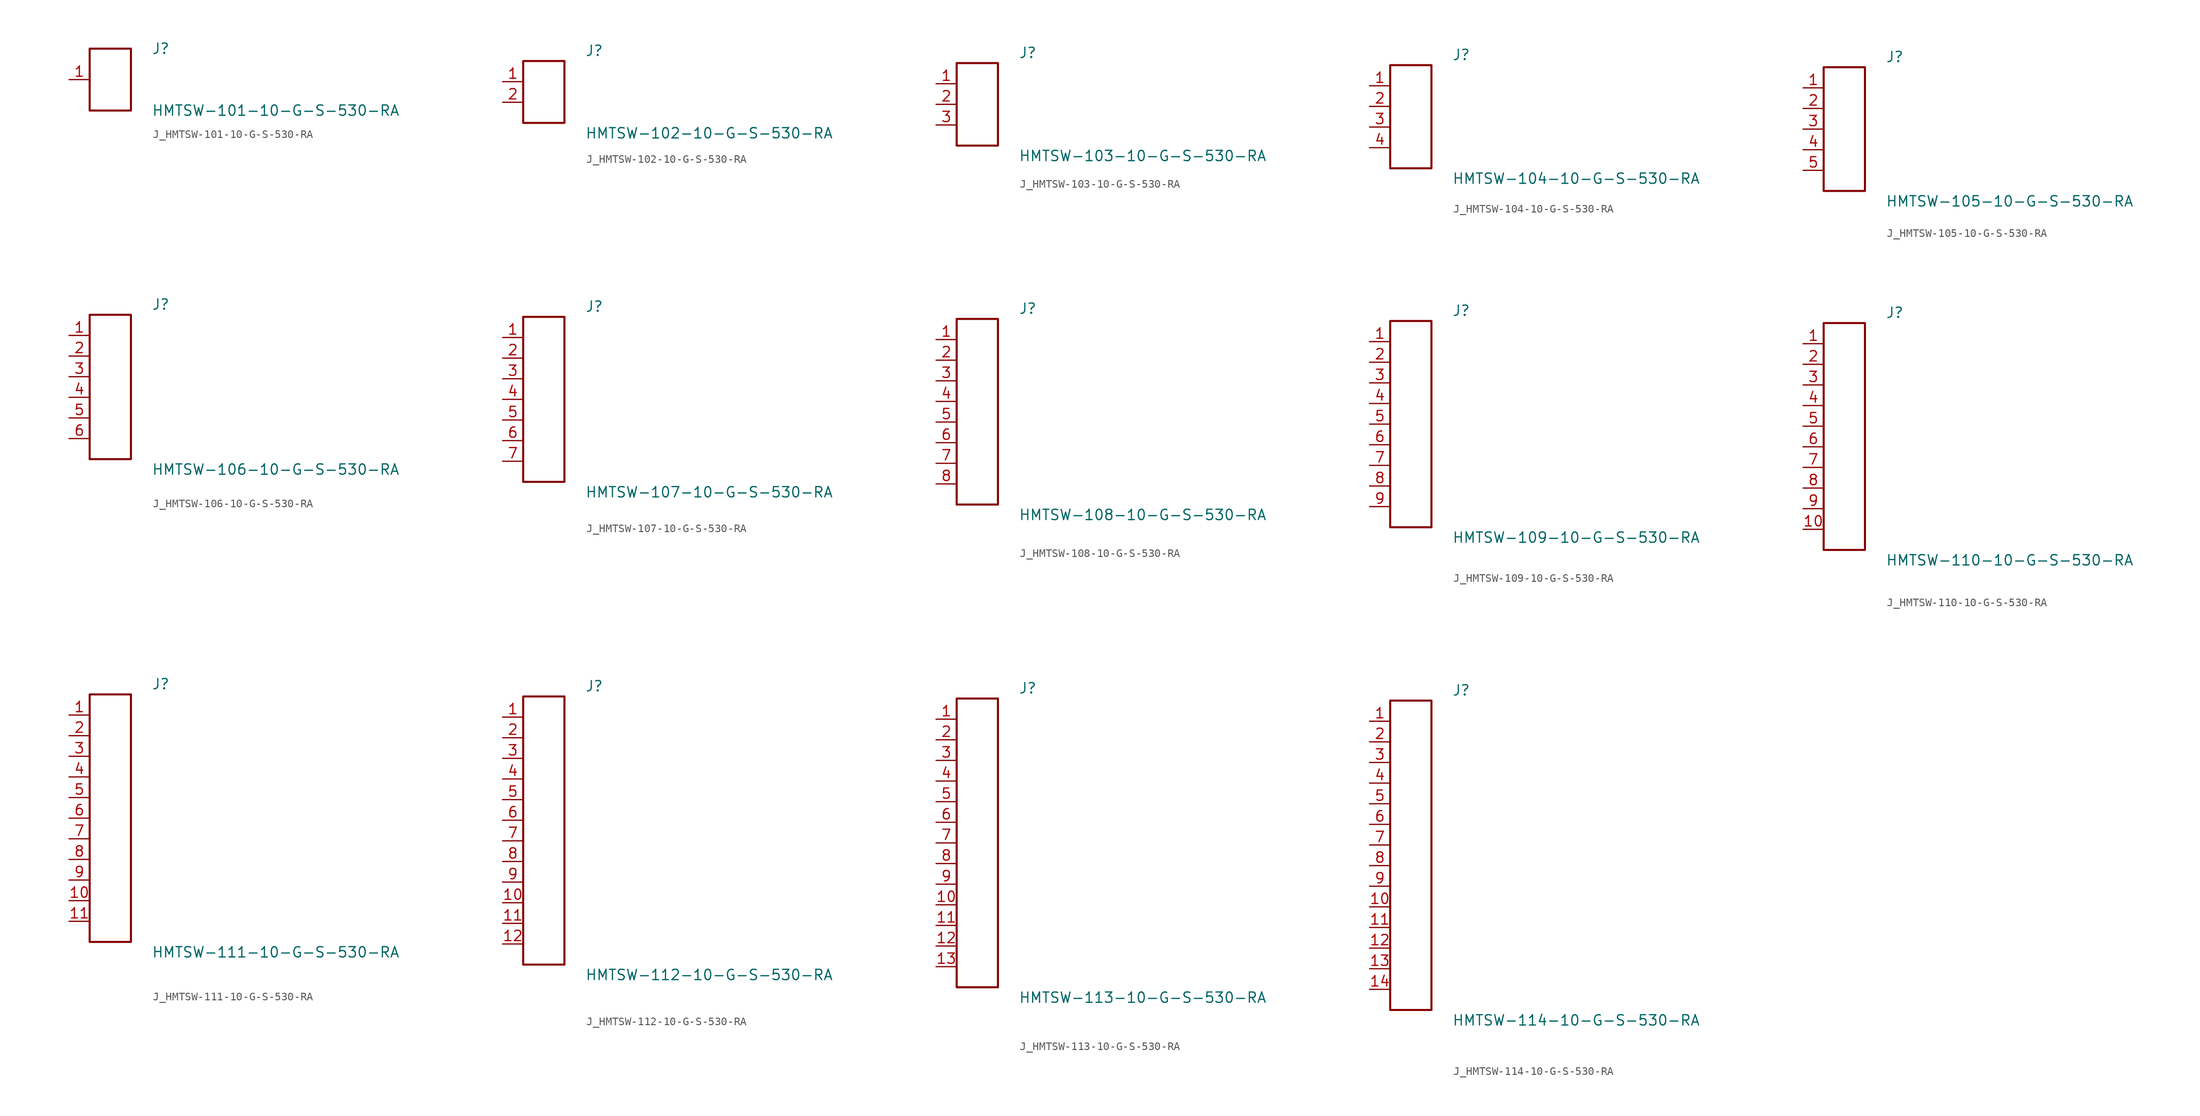
<source format=kicad_sym>
(kicad_symbol_lib
  (version 20231120)
  (generator kicad_symbol_editor)
  (generator_version 8.0)
  (symbol "J_HMTSW-101-10-G-S-530-RA"
    (pin_names
      (offset 0.254))
    (property "Reference" "J"
      (at 5.08 3.81 0)
      (effects (font (size 1.27 1.27)) (justify left)))
    (property "Value" "HMTSW-101-10-G-S-530-RA"
      (at 5.08 -3.81 0)
      (effects (font (size 1.27 1.27)) (justify left)))
    (symbol "J_HMTSW-101-10-G-S-530-RA_0_0"
      (pin unspecified line (at -5.08 0.0 0) (length 2.54) (name "" (effects (font (size 1.27 1.27)))) (number "1" (effects (font (size 1.27 1.27))))))
    (symbol "J_HMTSW-101-10-G-S-530-RA_1_0"
      (rectangle (start -2.54 3.81) (end 2.54 -3.81) (stroke (width 0.254) (type solid)) (fill (type none)))))
  (symbol "J_HMTSW-102-10-G-S-530-RA"
    (pin_names
      (offset 0.254))
    (property "Reference" "J"
      (at 5.08 5.08 0)
      (effects (font (size 1.27 1.27)) (justify left)))
    (property "Value" "HMTSW-102-10-G-S-530-RA"
      (at 5.08 -5.08 0)
      (effects (font (size 1.27 1.27)) (justify left)))
    (symbol "J_HMTSW-102-10-G-S-530-RA_0_0"
      (pin unspecified line (at -5.08 1.27 0) (length 2.54) (name "" (effects (font (size 1.27 1.27)))) (number "1" (effects (font (size 1.27 1.27)))))
      (pin unspecified line (at -5.08 -1.27 0) (length 2.54) (name "" (effects (font (size 1.27 1.27)))) (number "2" (effects (font (size 1.27 1.27))))))
    (symbol "J_HMTSW-102-10-G-S-530-RA_1_0"
      (rectangle (start -2.54 3.81) (end 2.54 -3.81) (stroke (width 0.254) (type solid)) (fill (type none)))))
  (symbol "J_HMTSW-103-10-G-S-530-RA"
    (pin_names
      (offset 0.254))
    (property "Reference" "J"
      (at 5.08 6.35 0)
      (effects (font (size 1.27 1.27)) (justify left)))
    (property "Value" "HMTSW-103-10-G-S-530-RA"
      (at 5.08 -6.35 0)
      (effects (font (size 1.27 1.27)) (justify left)))
    (symbol "J_HMTSW-103-10-G-S-530-RA_0_0"
      (pin unspecified line (at -5.08 2.54 0) (length 2.54) (name "" (effects (font (size 1.27 1.27)))) (number "1" (effects (font (size 1.27 1.27)))))
      (pin unspecified line (at -5.08 0.0 0) (length 2.54) (name "" (effects (font (size 1.27 1.27)))) (number "2" (effects (font (size 1.27 1.27)))))
      (pin unspecified line (at -5.08 -2.54 0) (length 2.54) (name "" (effects (font (size 1.27 1.27)))) (number "3" (effects (font (size 1.27 1.27))))))
    (symbol "J_HMTSW-103-10-G-S-530-RA_1_0"
      (rectangle (start -2.54 5.08) (end 2.54 -5.08) (stroke (width 0.254) (type solid)) (fill (type none)))))
  (symbol "J_HMTSW-104-10-G-S-530-RA"
    (pin_names
      (offset 0.254))
    (property "Reference" "J"
      (at 5.08 7.62 0)
      (effects (font (size 1.27 1.27)) (justify left)))
    (property "Value" "HMTSW-104-10-G-S-530-RA"
      (at 5.08 -7.62 0)
      (effects (font (size 1.27 1.27)) (justify left)))
    (symbol "J_HMTSW-104-10-G-S-530-RA_0_0"
      (pin unspecified line (at -5.08 3.81 0) (length 2.54) (name "" (effects (font (size 1.27 1.27)))) (number "1" (effects (font (size 1.27 1.27)))))
      (pin unspecified line (at -5.08 1.27 0) (length 2.54) (name "" (effects (font (size 1.27 1.27)))) (number "2" (effects (font (size 1.27 1.27)))))
      (pin unspecified line (at -5.08 -1.27 0) (length 2.54) (name "" (effects (font (size 1.27 1.27)))) (number "3" (effects (font (size 1.27 1.27)))))
      (pin unspecified line (at -5.08 -3.81 0) (length 2.54) (name "" (effects (font (size 1.27 1.27)))) (number "4" (effects (font (size 1.27 1.27))))))
    (symbol "J_HMTSW-104-10-G-S-530-RA_1_0"
      (rectangle (start -2.54 6.35) (end 2.54 -6.35) (stroke (width 0.254) (type solid)) (fill (type none)))))
  (symbol "J_HMTSW-105-10-G-S-530-RA"
    (pin_names
      (offset 0.254))
    (property "Reference" "J"
      (at 5.08 8.89 0)
      (effects (font (size 1.27 1.27)) (justify left)))
    (property "Value" "HMTSW-105-10-G-S-530-RA"
      (at 5.08 -8.89 0)
      (effects (font (size 1.27 1.27)) (justify left)))
    (symbol "J_HMTSW-105-10-G-S-530-RA_0_0"
      (pin unspecified line (at -5.08 5.08 0) (length 2.54) (name "" (effects (font (size 1.27 1.27)))) (number "1" (effects (font (size 1.27 1.27)))))
      (pin unspecified line (at -5.08 2.54 0) (length 2.54) (name "" (effects (font (size 1.27 1.27)))) (number "2" (effects (font (size 1.27 1.27)))))
      (pin unspecified line (at -5.08 0.0 0) (length 2.54) (name "" (effects (font (size 1.27 1.27)))) (number "3" (effects (font (size 1.27 1.27)))))
      (pin unspecified line (at -5.08 -2.54 0) (length 2.54) (name "" (effects (font (size 1.27 1.27)))) (number "4" (effects (font (size 1.27 1.27)))))
      (pin unspecified line (at -5.08 -5.08 0) (length 2.54) (name "" (effects (font (size 1.27 1.27)))) (number "5" (effects (font (size 1.27 1.27))))))
    (symbol "J_HMTSW-105-10-G-S-530-RA_1_0"
      (rectangle (start -2.54 7.62) (end 2.54 -7.62) (stroke (width 0.254) (type solid)) (fill (type none)))))
  (symbol "J_HMTSW-106-10-G-S-530-RA"
    (pin_names
      (offset 0.254))
    (property "Reference" "J"
      (at 5.08 10.16 0)
      (effects (font (size 1.27 1.27)) (justify left)))
    (property "Value" "HMTSW-106-10-G-S-530-RA"
      (at 5.08 -10.16 0)
      (effects (font (size 1.27 1.27)) (justify left)))
    (symbol "J_HMTSW-106-10-G-S-530-RA_0_0"
      (pin unspecified line (at -5.08 6.35 0) (length 2.54) (name "" (effects (font (size 1.27 1.27)))) (number "1" (effects (font (size 1.27 1.27)))))
      (pin unspecified line (at -5.08 3.81 0) (length 2.54) (name "" (effects (font (size 1.27 1.27)))) (number "2" (effects (font (size 1.27 1.27)))))
      (pin unspecified line (at -5.08 1.27 0) (length 2.54) (name "" (effects (font (size 1.27 1.27)))) (number "3" (effects (font (size 1.27 1.27)))))
      (pin unspecified line (at -5.08 -1.27 0) (length 2.54) (name "" (effects (font (size 1.27 1.27)))) (number "4" (effects (font (size 1.27 1.27)))))
      (pin unspecified line (at -5.08 -3.81 0) (length 2.54) (name "" (effects (font (size 1.27 1.27)))) (number "5" (effects (font (size 1.27 1.27)))))
      (pin unspecified line (at -5.08 -6.35 0) (length 2.54) (name "" (effects (font (size 1.27 1.27)))) (number "6" (effects (font (size 1.27 1.27))))))
    (symbol "J_HMTSW-106-10-G-S-530-RA_1_0"
      (rectangle (start -2.54 8.89) (end 2.54 -8.89) (stroke (width 0.254) (type solid)) (fill (type none)))))
  (symbol "J_HMTSW-107-10-G-S-530-RA"
    (pin_names
      (offset 0.254))
    (property "Reference" "J"
      (at 5.08 11.43 0)
      (effects (font (size 1.27 1.27)) (justify left)))
    (property "Value" "HMTSW-107-10-G-S-530-RA"
      (at 5.08 -11.43 0)
      (effects (font (size 1.27 1.27)) (justify left)))
    (symbol "J_HMTSW-107-10-G-S-530-RA_0_0"
      (pin unspecified line (at -5.08 7.62 0) (length 2.54) (name "" (effects (font (size 1.27 1.27)))) (number "1" (effects (font (size 1.27 1.27)))))
      (pin unspecified line (at -5.08 5.08 0) (length 2.54) (name "" (effects (font (size 1.27 1.27)))) (number "2" (effects (font (size 1.27 1.27)))))
      (pin unspecified line (at -5.08 2.54 0) (length 2.54) (name "" (effects (font (size 1.27 1.27)))) (number "3" (effects (font (size 1.27 1.27)))))
      (pin unspecified line (at -5.08 0.0 0) (length 2.54) (name "" (effects (font (size 1.27 1.27)))) (number "4" (effects (font (size 1.27 1.27)))))
      (pin unspecified line (at -5.08 -2.54 0) (length 2.54) (name "" (effects (font (size 1.27 1.27)))) (number "5" (effects (font (size 1.27 1.27)))))
      (pin unspecified line (at -5.08 -5.08 0) (length 2.54) (name "" (effects (font (size 1.27 1.27)))) (number "6" (effects (font (size 1.27 1.27)))))
      (pin unspecified line (at -5.08 -7.62 0) (length 2.54) (name "" (effects (font (size 1.27 1.27)))) (number "7" (effects (font (size 1.27 1.27))))))
    (symbol "J_HMTSW-107-10-G-S-530-RA_1_0"
      (rectangle (start -2.54 10.16) (end 2.54 -10.16) (stroke (width 0.254) (type solid)) (fill (type none)))))
  (symbol "J_HMTSW-108-10-G-S-530-RA"
    (pin_names
      (offset 0.254))
    (property "Reference" "J"
      (at 5.08 12.7 0)
      (effects (font (size 1.27 1.27)) (justify left)))
    (property "Value" "HMTSW-108-10-G-S-530-RA"
      (at 5.08 -12.7 0)
      (effects (font (size 1.27 1.27)) (justify left)))
    (symbol "J_HMTSW-108-10-G-S-530-RA_0_0"
      (pin unspecified line (at -5.08 8.89 0) (length 2.54) (name "" (effects (font (size 1.27 1.27)))) (number "1" (effects (font (size 1.27 1.27)))))
      (pin unspecified line (at -5.08 6.35 0) (length 2.54) (name "" (effects (font (size 1.27 1.27)))) (number "2" (effects (font (size 1.27 1.27)))))
      (pin unspecified line (at -5.08 3.81 0) (length 2.54) (name "" (effects (font (size 1.27 1.27)))) (number "3" (effects (font (size 1.27 1.27)))))
      (pin unspecified line (at -5.08 1.27 0) (length 2.54) (name "" (effects (font (size 1.27 1.27)))) (number "4" (effects (font (size 1.27 1.27)))))
      (pin unspecified line (at -5.08 -1.27 0) (length 2.54) (name "" (effects (font (size 1.27 1.27)))) (number "5" (effects (font (size 1.27 1.27)))))
      (pin unspecified line (at -5.08 -3.81 0) (length 2.54) (name "" (effects (font (size 1.27 1.27)))) (number "6" (effects (font (size 1.27 1.27)))))
      (pin unspecified line (at -5.08 -6.35 0) (length 2.54) (name "" (effects (font (size 1.27 1.27)))) (number "7" (effects (font (size 1.27 1.27)))))
      (pin unspecified line (at -5.08 -8.89 0) (length 2.54) (name "" (effects (font (size 1.27 1.27)))) (number "8" (effects (font (size 1.27 1.27))))))
    (symbol "J_HMTSW-108-10-G-S-530-RA_1_0"
      (rectangle (start -2.54 11.43) (end 2.54 -11.43) (stroke (width 0.254) (type solid)) (fill (type none)))))
  (symbol "J_HMTSW-109-10-G-S-530-RA"
    (pin_names
      (offset 0.254))
    (property "Reference" "J"
      (at 5.08 13.97 0)
      (effects (font (size 1.27 1.27)) (justify left)))
    (property "Value" "HMTSW-109-10-G-S-530-RA"
      (at 5.08 -13.97 0)
      (effects (font (size 1.27 1.27)) (justify left)))
    (symbol "J_HMTSW-109-10-G-S-530-RA_0_0"
      (pin unspecified line (at -5.08 10.16 0) (length 2.54) (name "" (effects (font (size 1.27 1.27)))) (number "1" (effects (font (size 1.27 1.27)))))
      (pin unspecified line (at -5.08 7.62 0) (length 2.54) (name "" (effects (font (size 1.27 1.27)))) (number "2" (effects (font (size 1.27 1.27)))))
      (pin unspecified line (at -5.08 5.08 0) (length 2.54) (name "" (effects (font (size 1.27 1.27)))) (number "3" (effects (font (size 1.27 1.27)))))
      (pin unspecified line (at -5.08 2.54 0) (length 2.54) (name "" (effects (font (size 1.27 1.27)))) (number "4" (effects (font (size 1.27 1.27)))))
      (pin unspecified line (at -5.08 0.0 0) (length 2.54) (name "" (effects (font (size 1.27 1.27)))) (number "5" (effects (font (size 1.27 1.27)))))
      (pin unspecified line (at -5.08 -2.54 0) (length 2.54) (name "" (effects (font (size 1.27 1.27)))) (number "6" (effects (font (size 1.27 1.27)))))
      (pin unspecified line (at -5.08 -5.08 0) (length 2.54) (name "" (effects (font (size 1.27 1.27)))) (number "7" (effects (font (size 1.27 1.27)))))
      (pin unspecified line (at -5.08 -7.62 0) (length 2.54) (name "" (effects (font (size 1.27 1.27)))) (number "8" (effects (font (size 1.27 1.27)))))
      (pin unspecified line (at -5.08 -10.16 0) (length 2.54) (name "" (effects (font (size 1.27 1.27)))) (number "9" (effects (font (size 1.27 1.27))))))
    (symbol "J_HMTSW-109-10-G-S-530-RA_1_0"
      (rectangle (start -2.54 12.7) (end 2.54 -12.7) (stroke (width 0.254) (type solid)) (fill (type none)))))
  (symbol "J_HMTSW-110-10-G-S-530-RA"
    (pin_names
      (offset 0.254))
    (property "Reference" "J"
      (at 5.08 15.24 0)
      (effects (font (size 1.27 1.27)) (justify left)))
    (property "Value" "HMTSW-110-10-G-S-530-RA"
      (at 5.08 -15.24 0)
      (effects (font (size 1.27 1.27)) (justify left)))
    (symbol "J_HMTSW-110-10-G-S-530-RA_0_0"
      (pin unspecified line (at -5.08 11.43 0) (length 2.54) (name "" (effects (font (size 1.27 1.27)))) (number "1" (effects (font (size 1.27 1.27)))))
      (pin unspecified line (at -5.08 8.89 0) (length 2.54) (name "" (effects (font (size 1.27 1.27)))) (number "2" (effects (font (size 1.27 1.27)))))
      (pin unspecified line (at -5.08 6.35 0) (length 2.54) (name "" (effects (font (size 1.27 1.27)))) (number "3" (effects (font (size 1.27 1.27)))))
      (pin unspecified line (at -5.08 3.81 0) (length 2.54) (name "" (effects (font (size 1.27 1.27)))) (number "4" (effects (font (size 1.27 1.27)))))
      (pin unspecified line (at -5.08 1.27 0) (length 2.54) (name "" (effects (font (size 1.27 1.27)))) (number "5" (effects (font (size 1.27 1.27)))))
      (pin unspecified line (at -5.08 -1.27 0) (length 2.54) (name "" (effects (font (size 1.27 1.27)))) (number "6" (effects (font (size 1.27 1.27)))))
      (pin unspecified line (at -5.08 -3.81 0) (length 2.54) (name "" (effects (font (size 1.27 1.27)))) (number "7" (effects (font (size 1.27 1.27)))))
      (pin unspecified line (at -5.08 -6.35 0) (length 2.54) (name "" (effects (font (size 1.27 1.27)))) (number "8" (effects (font (size 1.27 1.27)))))
      (pin unspecified line (at -5.08 -8.89 0) (length 2.54) (name "" (effects (font (size 1.27 1.27)))) (number "9" (effects (font (size 1.27 1.27)))))
      (pin unspecified line (at -5.08 -11.43 0) (length 2.54) (name "" (effects (font (size 1.27 1.27)))) (number "10" (effects (font (size 1.27 1.27))))))
    (symbol "J_HMTSW-110-10-G-S-530-RA_1_0"
      (rectangle (start -2.54 13.97) (end 2.54 -13.97) (stroke (width 0.254) (type solid)) (fill (type none)))))
  (symbol "J_HMTSW-111-10-G-S-530-RA"
    (pin_names
      (offset 0.254))
    (property "Reference" "J"
      (at 5.08 16.51 0)
      (effects (font (size 1.27 1.27)) (justify left)))
    (property "Value" "HMTSW-111-10-G-S-530-RA"
      (at 5.08 -16.51 0)
      (effects (font (size 1.27 1.27)) (justify left)))
    (symbol "J_HMTSW-111-10-G-S-530-RA_0_0"
      (pin unspecified line (at -5.08 12.7 0) (length 2.54) (name "" (effects (font (size 1.27 1.27)))) (number "1" (effects (font (size 1.27 1.27)))))
      (pin unspecified line (at -5.08 10.16 0) (length 2.54) (name "" (effects (font (size 1.27 1.27)))) (number "2" (effects (font (size 1.27 1.27)))))
      (pin unspecified line (at -5.08 7.62 0) (length 2.54) (name "" (effects (font (size 1.27 1.27)))) (number "3" (effects (font (size 1.27 1.27)))))
      (pin unspecified line (at -5.08 5.08 0) (length 2.54) (name "" (effects (font (size 1.27 1.27)))) (number "4" (effects (font (size 1.27 1.27)))))
      (pin unspecified line (at -5.08 2.54 0) (length 2.54) (name "" (effects (font (size 1.27 1.27)))) (number "5" (effects (font (size 1.27 1.27)))))
      (pin unspecified line (at -5.08 0.0 0) (length 2.54) (name "" (effects (font (size 1.27 1.27)))) (number "6" (effects (font (size 1.27 1.27)))))
      (pin unspecified line (at -5.08 -2.54 0) (length 2.54) (name "" (effects (font (size 1.27 1.27)))) (number "7" (effects (font (size 1.27 1.27)))))
      (pin unspecified line (at -5.08 -5.08 0) (length 2.54) (name "" (effects (font (size 1.27 1.27)))) (number "8" (effects (font (size 1.27 1.27)))))
      (pin unspecified line (at -5.08 -7.62 0) (length 2.54) (name "" (effects (font (size 1.27 1.27)))) (number "9" (effects (font (size 1.27 1.27)))))
      (pin unspecified line (at -5.08 -10.16 0) (length 2.54) (name "" (effects (font (size 1.27 1.27)))) (number "10" (effects (font (size 1.27 1.27)))))
      (pin unspecified line (at -5.08 -12.7 0) (length 2.54) (name "" (effects (font (size 1.27 1.27)))) (number "11" (effects (font (size 1.27 1.27))))))
    (symbol "J_HMTSW-111-10-G-S-530-RA_1_0"
      (rectangle (start -2.54 15.24) (end 2.54 -15.24) (stroke (width 0.254) (type solid)) (fill (type none)))))
  (symbol "J_HMTSW-112-10-G-S-530-RA"
    (pin_names
      (offset 0.254))
    (property "Reference" "J"
      (at 5.08 17.78 0)
      (effects (font (size 1.27 1.27)) (justify left)))
    (property "Value" "HMTSW-112-10-G-S-530-RA"
      (at 5.08 -17.78 0)
      (effects (font (size 1.27 1.27)) (justify left)))
    (symbol "J_HMTSW-112-10-G-S-530-RA_0_0"
      (pin unspecified line (at -5.08 13.97 0) (length 2.54) (name "" (effects (font (size 1.27 1.27)))) (number "1" (effects (font (size 1.27 1.27)))))
      (pin unspecified line (at -5.08 11.43 0) (length 2.54) (name "" (effects (font (size 1.27 1.27)))) (number "2" (effects (font (size 1.27 1.27)))))
      (pin unspecified line (at -5.08 8.89 0) (length 2.54) (name "" (effects (font (size 1.27 1.27)))) (number "3" (effects (font (size 1.27 1.27)))))
      (pin unspecified line (at -5.08 6.35 0) (length 2.54) (name "" (effects (font (size 1.27 1.27)))) (number "4" (effects (font (size 1.27 1.27)))))
      (pin unspecified line (at -5.08 3.81 0) (length 2.54) (name "" (effects (font (size 1.27 1.27)))) (number "5" (effects (font (size 1.27 1.27)))))
      (pin unspecified line (at -5.08 1.27 0) (length 2.54) (name "" (effects (font (size 1.27 1.27)))) (number "6" (effects (font (size 1.27 1.27)))))
      (pin unspecified line (at -5.08 -1.27 0) (length 2.54) (name "" (effects (font (size 1.27 1.27)))) (number "7" (effects (font (size 1.27 1.27)))))
      (pin unspecified line (at -5.08 -3.81 0) (length 2.54) (name "" (effects (font (size 1.27 1.27)))) (number "8" (effects (font (size 1.27 1.27)))))
      (pin unspecified line (at -5.08 -6.35 0) (length 2.54) (name "" (effects (font (size 1.27 1.27)))) (number "9" (effects (font (size 1.27 1.27)))))
      (pin unspecified line (at -5.08 -8.89 0) (length 2.54) (name "" (effects (font (size 1.27 1.27)))) (number "10" (effects (font (size 1.27 1.27)))))
      (pin unspecified line (at -5.08 -11.43 0) (length 2.54) (name "" (effects (font (size 1.27 1.27)))) (number "11" (effects (font (size 1.27 1.27)))))
      (pin unspecified line (at -5.08 -13.97 0) (length 2.54) (name "" (effects (font (size 1.27 1.27)))) (number "12" (effects (font (size 1.27 1.27))))))
    (symbol "J_HMTSW-112-10-G-S-530-RA_1_0"
      (rectangle (start -2.54 16.51) (end 2.54 -16.51) (stroke (width 0.254) (type solid)) (fill (type none)))))
  (symbol "J_HMTSW-113-10-G-S-530-RA"
    (pin_names
      (offset 0.254))
    (property "Reference" "J"
      (at 5.08 19.05 0)
      (effects (font (size 1.27 1.27)) (justify left)))
    (property "Value" "HMTSW-113-10-G-S-530-RA"
      (at 5.08 -19.05 0)
      (effects (font (size 1.27 1.27)) (justify left)))
    (symbol "J_HMTSW-113-10-G-S-530-RA_0_0"
      (pin unspecified line (at -5.08 15.24 0) (length 2.54) (name "" (effects (font (size 1.27 1.27)))) (number "1" (effects (font (size 1.27 1.27)))))
      (pin unspecified line (at -5.08 12.7 0) (length 2.54) (name "" (effects (font (size 1.27 1.27)))) (number "2" (effects (font (size 1.27 1.27)))))
      (pin unspecified line (at -5.08 10.16 0) (length 2.54) (name "" (effects (font (size 1.27 1.27)))) (number "3" (effects (font (size 1.27 1.27)))))
      (pin unspecified line (at -5.08 7.62 0) (length 2.54) (name "" (effects (font (size 1.27 1.27)))) (number "4" (effects (font (size 1.27 1.27)))))
      (pin unspecified line (at -5.08 5.08 0) (length 2.54) (name "" (effects (font (size 1.27 1.27)))) (number "5" (effects (font (size 1.27 1.27)))))
      (pin unspecified line (at -5.08 2.54 0) (length 2.54) (name "" (effects (font (size 1.27 1.27)))) (number "6" (effects (font (size 1.27 1.27)))))
      (pin unspecified line (at -5.08 0.0 0) (length 2.54) (name "" (effects (font (size 1.27 1.27)))) (number "7" (effects (font (size 1.27 1.27)))))
      (pin unspecified line (at -5.08 -2.54 0) (length 2.54) (name "" (effects (font (size 1.27 1.27)))) (number "8" (effects (font (size 1.27 1.27)))))
      (pin unspecified line (at -5.08 -5.08 0) (length 2.54) (name "" (effects (font (size 1.27 1.27)))) (number "9" (effects (font (size 1.27 1.27)))))
      (pin unspecified line (at -5.08 -7.62 0) (length 2.54) (name "" (effects (font (size 1.27 1.27)))) (number "10" (effects (font (size 1.27 1.27)))))
      (pin unspecified line (at -5.08 -10.16 0) (length 2.54) (name "" (effects (font (size 1.27 1.27)))) (number "11" (effects (font (size 1.27 1.27)))))
      (pin unspecified line (at -5.08 -12.7 0) (length 2.54) (name "" (effects (font (size 1.27 1.27)))) (number "12" (effects (font (size 1.27 1.27)))))
      (pin unspecified line (at -5.08 -15.24 0) (length 2.54) (name "" (effects (font (size 1.27 1.27)))) (number "13" (effects (font (size 1.27 1.27))))))
    (symbol "J_HMTSW-113-10-G-S-530-RA_1_0"
      (rectangle (start -2.54 17.78) (end 2.54 -17.78) (stroke (width 0.254) (type solid)) (fill (type none)))))
  (symbol "J_HMTSW-114-10-G-S-530-RA"
    (pin_names
      (offset 0.254))
    (property "Reference" "J"
      (at 5.08 20.32 0)
      (effects (font (size 1.27 1.27)) (justify left)))
    (property "Value" "HMTSW-114-10-G-S-530-RA"
      (at 5.08 -20.32 0)
      (effects (font (size 1.27 1.27)) (justify left)))
    (symbol "J_HMTSW-114-10-G-S-530-RA_0_0"
      (pin unspecified line (at -5.08 16.51 0) (length 2.54) (name "" (effects (font (size 1.27 1.27)))) (number "1" (effects (font (size 1.27 1.27)))))
      (pin unspecified line (at -5.08 13.97 0) (length 2.54) (name "" (effects (font (size 1.27 1.27)))) (number "2" (effects (font (size 1.27 1.27)))))
      (pin unspecified line (at -5.08 11.43 0) (length 2.54) (name "" (effects (font (size 1.27 1.27)))) (number "3" (effects (font (size 1.27 1.27)))))
      (pin unspecified line (at -5.08 8.89 0) (length 2.54) (name "" (effects (font (size 1.27 1.27)))) (number "4" (effects (font (size 1.27 1.27)))))
      (pin unspecified line (at -5.08 6.35 0) (length 2.54) (name "" (effects (font (size 1.27 1.27)))) (number "5" (effects (font (size 1.27 1.27)))))
      (pin unspecified line (at -5.08 3.81 0) (length 2.54) (name "" (effects (font (size 1.27 1.27)))) (number "6" (effects (font (size 1.27 1.27)))))
      (pin unspecified line (at -5.08 1.27 0) (length 2.54) (name "" (effects (font (size 1.27 1.27)))) (number "7" (effects (font (size 1.27 1.27)))))
      (pin unspecified line (at -5.08 -1.27 0) (length 2.54) (name "" (effects (font (size 1.27 1.27)))) (number "8" (effects (font (size 1.27 1.27)))))
      (pin unspecified line (at -5.08 -3.81 0) (length 2.54) (name "" (effects (font (size 1.27 1.27)))) (number "9" (effects (font (size 1.27 1.27)))))
      (pin unspecified line (at -5.08 -6.35 0) (length 2.54) (name "" (effects (font (size 1.27 1.27)))) (number "10" (effects (font (size 1.27 1.27)))))
      (pin unspecified line (at -5.08 -8.89 0) (length 2.54) (name "" (effects (font (size 1.27 1.27)))) (number "11" (effects (font (size 1.27 1.27)))))
      (pin unspecified line (at -5.08 -11.43 0) (length 2.54) (name "" (effects (font (size 1.27 1.27)))) (number "12" (effects (font (size 1.27 1.27)))))
      (pin unspecified line (at -5.08 -13.97 0) (length 2.54) (name "" (effects (font (size 1.27 1.27)))) (number "13" (effects (font (size 1.27 1.27)))))
      (pin unspecified line (at -5.08 -16.51 0) (length 2.54) (name "" (effects (font (size 1.27 1.27)))) (number "14" (effects (font (size 1.27 1.27))))))
    (symbol "J_HMTSW-114-10-G-S-530-RA_1_0"
      (rectangle (start -2.54 19.05) (end 2.54 -19.05) (stroke (width 0.254) (type solid)) (fill (type none))))))
</source>
